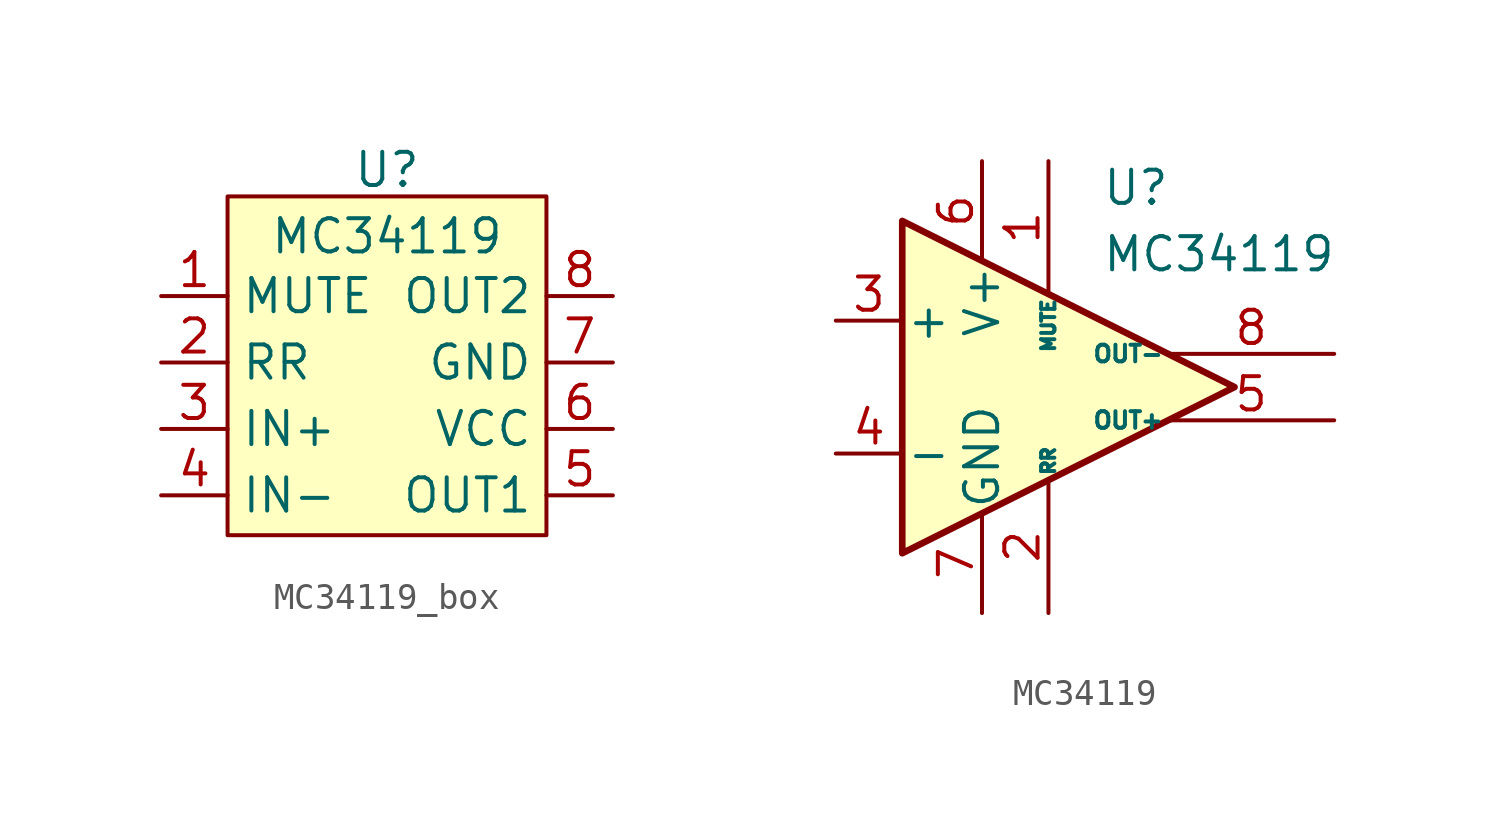
<source format=kicad_sym>
(kicad_symbol_lib
  (version 20220914)
  (generator kicad_symbol_editor)
  (symbol "MC34119_box"
    (property "Reference" "U"
      (at 0 8.636 0)
      (effects (font (size 1.27 1.27))))
    (property "Value" "MC34119"
      (at 0 6.096 0)
      (effects (font (size 1.27 1.27))))
    (symbol "MC34119_box_1_1"
      (rectangle (start -6.096 7.62) (end 6.096 -5.334) (stroke (width 0) (type default)) (fill (type background)))
      (pin input line (at -8.636 3.81 0) (length 2.54) (name "MUTE" (effects (font (size 1.27 1.27)))) (number "1" (effects (font (size 1.27 1.27)))))
      (pin input line (at -8.636 1.27 0) (length 2.54) (name "RR" (effects (font (size 1.27 1.27)))) (number "2" (effects (font (size 1.27 1.27)))))
      (pin input line (at -8.636 -1.27 0) (length 2.54) (name "IN+" (effects (font (size 1.27 1.27)))) (number "3" (effects (font (size 1.27 1.27)))))
      (pin input line (at -8.636 -3.81 0) (length 2.54) (name "IN-" (effects (font (size 1.27 1.27)))) (number "4" (effects (font (size 1.27 1.27)))))
      (pin output line (at 8.636 -3.81 180) (length 2.54) (name "OUT1" (effects (font (size 1.27 1.27)))) (number "5" (effects (font (size 1.27 1.27)))))
      (pin power_in line (at 8.636 -1.27 180) (length 2.54) (name "VCC" (effects (font (size 1.27 1.27)))) (number "6" (effects (font (size 1.27 1.27)))))
      (pin power_in line (at 8.636 1.27 180) (length 2.54) (name "GND" (effects (font (size 1.27 1.27)))) (number "7" (effects (font (size 1.27 1.27)))))
      (pin output line (at 8.636 3.81 180) (length 2.54) (name "OUT2" (effects (font (size 1.27 1.27)))) (number "8" (effects (font (size 1.27 1.27)))))))
  (symbol "MC34119"
    (pin_names
      (offset 0.127))
    (property "Reference" "U"
      (at 1.27 7.62 0)
      (effects (font (size 1.27 1.27)) (justify left)))
    (property "Value" "MC34119"
      (at 1.27 5.08 0)
      (effects (font (size 1.27 1.27)) (justify left)))
    (symbol "MC34119_0_1"
      (polyline (pts (xy 6.35 0) (xy -6.35 6.35) (xy -6.35 -6.35) (xy 6.35 0)) (stroke (width 0.254) (type default)) (fill (type background))))
    (symbol "MC34119_1_1"
      (pin input line (at -0.762 8.636 270) (length 5.08) (name "MUTE" (effects (font (size 0.508 0.508)))) (number "1" (effects (font (size 1.27 1.27)))))
      (pin input line (at -0.762 -8.636 90) (length 5.08) (name "RR" (effects (font (size 0.508 0.508)))) (number "2" (effects (font (size 1.27 1.27)))))
      (pin input line (at -8.89 2.54 0) (length 2.54) (name "+" (effects (font (size 1.27 1.27)))) (number "3" (effects (font (size 1.27 1.27)))))
      (pin input line (at -8.89 -2.54 0) (length 2.54) (name "-" (effects (font (size 1.27 1.27)))) (number "4" (effects (font (size 1.27 1.27)))))
      (pin output line (at 10.16 -1.27 180) (length 6.35) (name "OUT+" (effects (font (size 0.635 0.635)))) (number "5" (effects (font (size 1.27 1.27)))))
      (pin power_in line (at -3.302 8.636 270) (length 3.81) (name "V+" (effects (font (size 1.27 1.27)))) (number "6" (effects (font (size 1.27 1.27)))))
      (pin power_in line (at -3.302 -8.636 90) (length 3.81) (name "GND" (effects (font (size 1.27 1.27)))) (number "7" (effects (font (size 1.27 1.27)))))
      (pin output line (at 10.16 1.27 180) (length 6.35) (name "OUT-" (effects (font (size 0.635 0.635)))) (number "8" (effects (font (size 1.27 1.27))))))))
</source>
